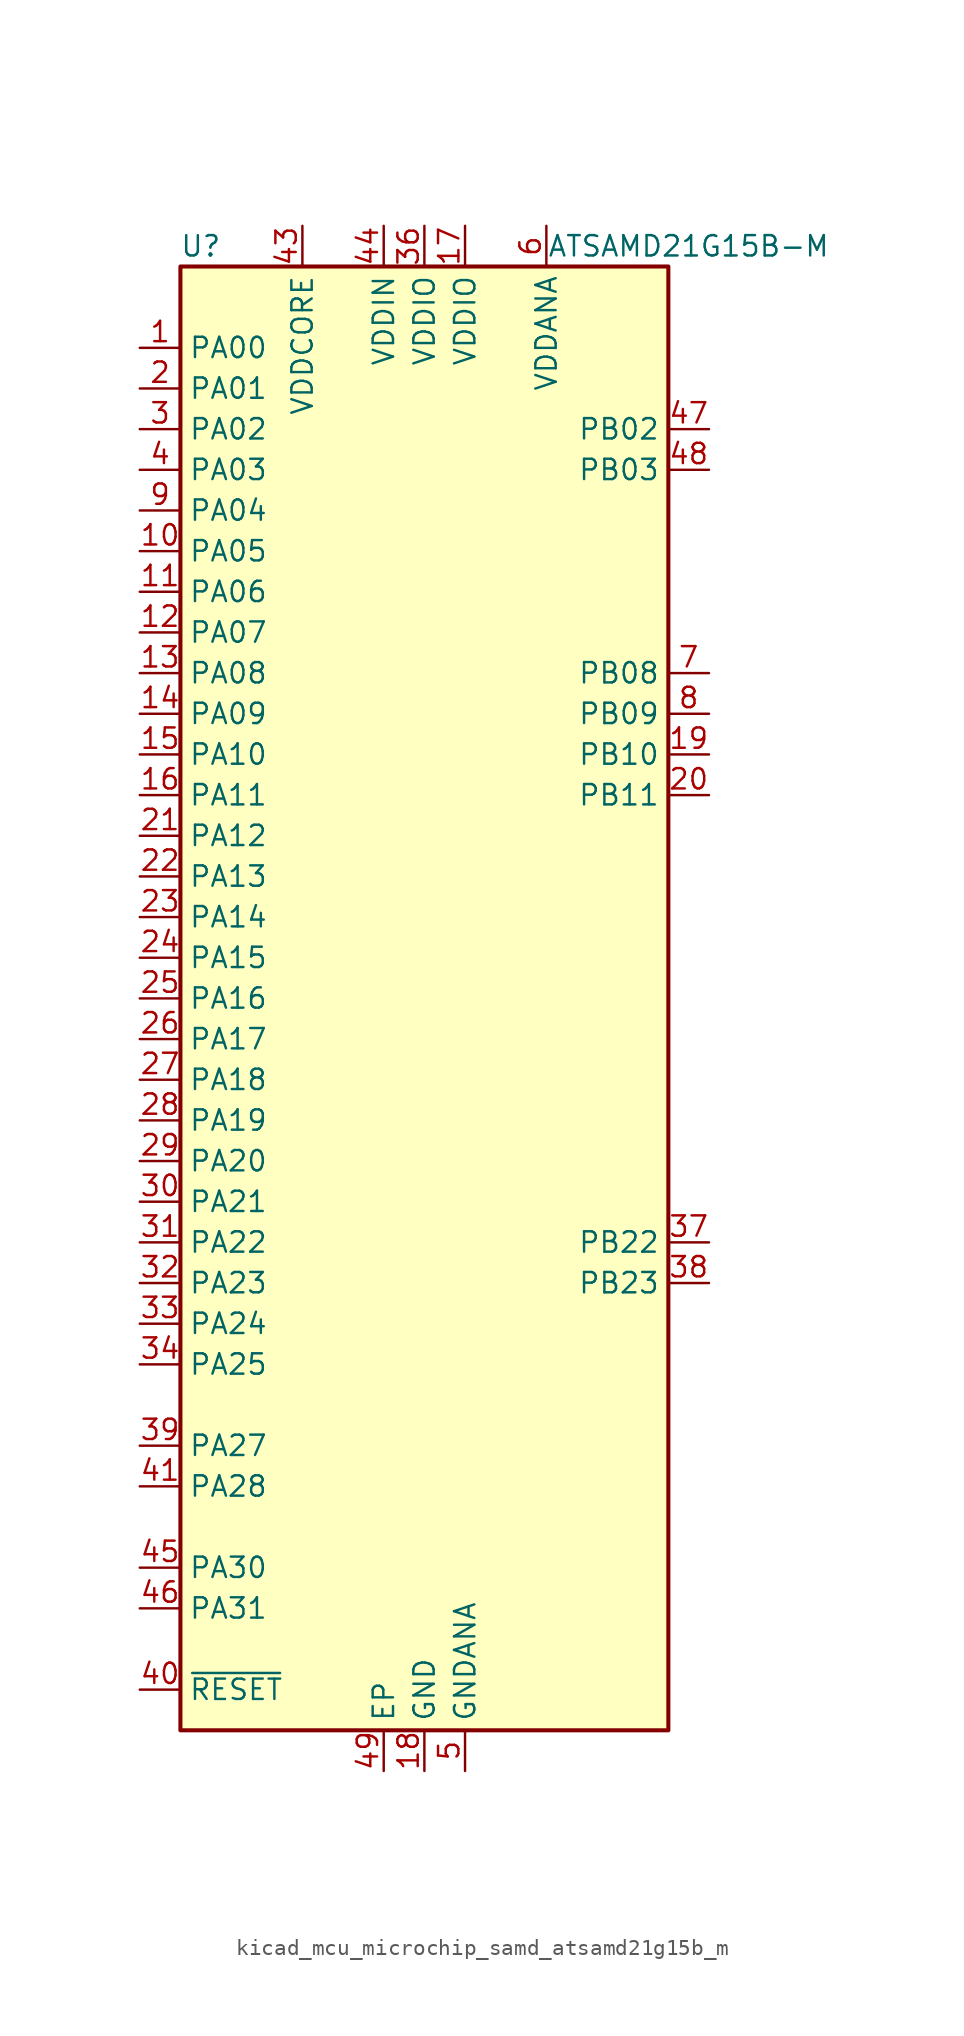
<source format=kicad_sym>
(kicad_symbol_lib
  (version 20220914)
  (generator kicad_symbol_editor)
  (symbol "kicad_mcu_microchip_samd_atsamd21g15b_m"
    (property "Reference" "U"
      (at -13.97 46.99 0)
      (effects (font (size 1.27 1.27))))
    (property "Value" "ATSAMD21G15B-M"
      (at 16.51 46.99 0)
      (effects (font (size 1.27 1.27))))
    (symbol "kicad_mcu_microchip_samd_atsamd21g15b_m_0_1"
      (rectangle (start -15.24 45.72) (end 15.24 -45.72) (stroke (width 0.254) (type default)) (fill (type background))))
    (symbol "kicad_mcu_microchip_samd_atsamd21g15b_m_1_1"
      (pin bidirectional line (at -17.78 40.64 0) (length 2.54) (name "PA00" (effects (font (size 1.27 1.27)))) (number "1" (effects (font (size 1.27 1.27)))))
      (pin bidirectional line (at -17.78 27.94 0) (length 2.54) (name "PA05" (effects (font (size 1.27 1.27)))) (number "10" (effects (font (size 1.27 1.27)))))
      (pin bidirectional line (at -17.78 25.4 0) (length 2.54) (name "PA06" (effects (font (size 1.27 1.27)))) (number "11" (effects (font (size 1.27 1.27)))))
      (pin bidirectional line (at -17.78 22.86 0) (length 2.54) (name "PA07" (effects (font (size 1.27 1.27)))) (number "12" (effects (font (size 1.27 1.27)))))
      (pin bidirectional line (at -17.78 20.32 0) (length 2.54) (name "PA08" (effects (font (size 1.27 1.27)))) (number "13" (effects (font (size 1.27 1.27)))))
      (pin bidirectional line (at -17.78 17.78 0) (length 2.54) (name "PA09" (effects (font (size 1.27 1.27)))) (number "14" (effects (font (size 1.27 1.27)))))
      (pin bidirectional line (at -17.78 15.24 0) (length 2.54) (name "PA10" (effects (font (size 1.27 1.27)))) (number "15" (effects (font (size 1.27 1.27)))))
      (pin bidirectional line (at -17.78 12.7 0) (length 2.54) (name "PA11" (effects (font (size 1.27 1.27)))) (number "16" (effects (font (size 1.27 1.27)))))
      (pin power_in line (at 2.54 48.26 270) (length 2.54) (name "VDDIO" (effects (font (size 1.27 1.27)))) (number "17" (effects (font (size 1.27 1.27)))))
      (pin power_in line (at 0 -48.26 90) (length 2.54) (name "GND" (effects (font (size 1.27 1.27)))) (number "18" (effects (font (size 1.27 1.27)))))
      (pin bidirectional line (at 17.78 15.24 180) (length 2.54) (name "PB10" (effects (font (size 1.27 1.27)))) (number "19" (effects (font (size 1.27 1.27)))))
      (pin bidirectional line (at -17.78 38.1 0) (length 2.54) (name "PA01" (effects (font (size 1.27 1.27)))) (number "2" (effects (font (size 1.27 1.27)))))
      (pin bidirectional line (at 17.78 12.7 180) (length 2.54) (name "PB11" (effects (font (size 1.27 1.27)))) (number "20" (effects (font (size 1.27 1.27)))))
      (pin bidirectional line (at -17.78 10.16 0) (length 2.54) (name "PA12" (effects (font (size 1.27 1.27)))) (number "21" (effects (font (size 1.27 1.27)))))
      (pin bidirectional line (at -17.78 7.62 0) (length 2.54) (name "PA13" (effects (font (size 1.27 1.27)))) (number "22" (effects (font (size 1.27 1.27)))))
      (pin bidirectional line (at -17.78 5.08 0) (length 2.54) (name "PA14" (effects (font (size 1.27 1.27)))) (number "23" (effects (font (size 1.27 1.27)))))
      (pin bidirectional line (at -17.78 2.54 0) (length 2.54) (name "PA15" (effects (font (size 1.27 1.27)))) (number "24" (effects (font (size 1.27 1.27)))))
      (pin bidirectional line (at -17.78 0 0) (length 2.54) (name "PA16" (effects (font (size 1.27 1.27)))) (number "25" (effects (font (size 1.27 1.27)))))
      (pin bidirectional line (at -17.78 -2.54 0) (length 2.54) (name "PA17" (effects (font (size 1.27 1.27)))) (number "26" (effects (font (size 1.27 1.27)))))
      (pin bidirectional line (at -17.78 -5.08 0) (length 2.54) (name "PA18" (effects (font (size 1.27 1.27)))) (number "27" (effects (font (size 1.27 1.27)))))
      (pin bidirectional line (at -17.78 -7.62 0) (length 2.54) (name "PA19" (effects (font (size 1.27 1.27)))) (number "28" (effects (font (size 1.27 1.27)))))
      (pin bidirectional line (at -17.78 -10.16 0) (length 2.54) (name "PA20" (effects (font (size 1.27 1.27)))) (number "29" (effects (font (size 1.27 1.27)))))
      (pin bidirectional line (at -17.78 35.56 0) (length 2.54) (name "PA02" (effects (font (size 1.27 1.27)))) (number "3" (effects (font (size 1.27 1.27)))))
      (pin bidirectional line (at -17.78 -12.7 0) (length 2.54) (name "PA21" (effects (font (size 1.27 1.27)))) (number "30" (effects (font (size 1.27 1.27)))))
      (pin bidirectional line (at -17.78 -15.24 0) (length 2.54) (name "PA22" (effects (font (size 1.27 1.27)))) (number "31" (effects (font (size 1.27 1.27)))))
      (pin bidirectional line (at -17.78 -17.78 0) (length 2.54) (name "PA23" (effects (font (size 1.27 1.27)))) (number "32" (effects (font (size 1.27 1.27)))))
      (pin bidirectional line (at -17.78 -20.32 0) (length 2.54) (name "PA24" (effects (font (size 1.27 1.27)))) (number "33" (effects (font (size 1.27 1.27)))))
      (pin bidirectional line (at -17.78 -22.86 0) (length 2.54) (name "PA25" (effects (font (size 1.27 1.27)))) (number "34" (effects (font (size 1.27 1.27)))))
      (pin passive line (at 0 -48.26 90) (length 2.54) hide (name "GND" (effects (font (size 1.27 1.27)))) (number "35" (effects (font (size 1.27 1.27)))))
      (pin power_in line (at 0 48.26 270) (length 2.54) (name "VDDIO" (effects (font (size 1.27 1.27)))) (number "36" (effects (font (size 1.27 1.27)))))
      (pin bidirectional line (at 17.78 -15.24 180) (length 2.54) (name "PB22" (effects (font (size 1.27 1.27)))) (number "37" (effects (font (size 1.27 1.27)))))
      (pin bidirectional line (at 17.78 -17.78 180) (length 2.54) (name "PB23" (effects (font (size 1.27 1.27)))) (number "38" (effects (font (size 1.27 1.27)))))
      (pin bidirectional line (at -17.78 -27.94 0) (length 2.54) (name "PA27" (effects (font (size 1.27 1.27)))) (number "39" (effects (font (size 1.27 1.27)))))
      (pin bidirectional line (at -17.78 33.02 0) (length 2.54) (name "PA03" (effects (font (size 1.27 1.27)))) (number "4" (effects (font (size 1.27 1.27)))))
      (pin input line (at -17.78 -43.18 0) (length 2.54) (name "~{RESET}" (effects (font (size 1.27 1.27)))) (number "40" (effects (font (size 1.27 1.27)))))
      (pin bidirectional line (at -17.78 -30.48 0) (length 2.54) (name "PA28" (effects (font (size 1.27 1.27)))) (number "41" (effects (font (size 1.27 1.27)))))
      (pin passive line (at 0 -48.26 90) (length 2.54) hide (name "GND" (effects (font (size 1.27 1.27)))) (number "42" (effects (font (size 1.27 1.27)))))
      (pin power_out line (at -7.62 48.26 270) (length 2.54) (name "VDDCORE" (effects (font (size 1.27 1.27)))) (number "43" (effects (font (size 1.27 1.27)))))
      (pin power_in line (at -2.54 48.26 270) (length 2.54) (name "VDDIN" (effects (font (size 1.27 1.27)))) (number "44" (effects (font (size 1.27 1.27)))))
      (pin bidirectional line (at -17.78 -35.56 0) (length 2.54) (name "PA30" (effects (font (size 1.27 1.27)))) (number "45" (effects (font (size 1.27 1.27)))))
      (pin bidirectional line (at -17.78 -38.1 0) (length 2.54) (name "PA31" (effects (font (size 1.27 1.27)))) (number "46" (effects (font (size 1.27 1.27)))))
      (pin bidirectional line (at 17.78 35.56 180) (length 2.54) (name "PB02" (effects (font (size 1.27 1.27)))) (number "47" (effects (font (size 1.27 1.27)))))
      (pin bidirectional line (at 17.78 33.02 180) (length 2.54) (name "PB03" (effects (font (size 1.27 1.27)))) (number "48" (effects (font (size 1.27 1.27)))))
      (pin passive line (at -2.54 -48.26 90) (length 2.54) (name "EP" (effects (font (size 1.27 1.27)))) (number "49" (effects (font (size 1.27 1.27)))))
      (pin power_in line (at 2.54 -48.26 90) (length 2.54) (name "GNDANA" (effects (font (size 1.27 1.27)))) (number "5" (effects (font (size 1.27 1.27)))))
      (pin power_in line (at 7.62 48.26 270) (length 2.54) (name "VDDANA" (effects (font (size 1.27 1.27)))) (number "6" (effects (font (size 1.27 1.27)))))
      (pin bidirectional line (at 17.78 20.32 180) (length 2.54) (name "PB08" (effects (font (size 1.27 1.27)))) (number "7" (effects (font (size 1.27 1.27)))))
      (pin bidirectional line (at 17.78 17.78 180) (length 2.54) (name "PB09" (effects (font (size 1.27 1.27)))) (number "8" (effects (font (size 1.27 1.27)))))
      (pin bidirectional line (at -17.78 30.48 0) (length 2.54) (name "PA04" (effects (font (size 1.27 1.27)))) (number "9" (effects (font (size 1.27 1.27))))))))
</source>
